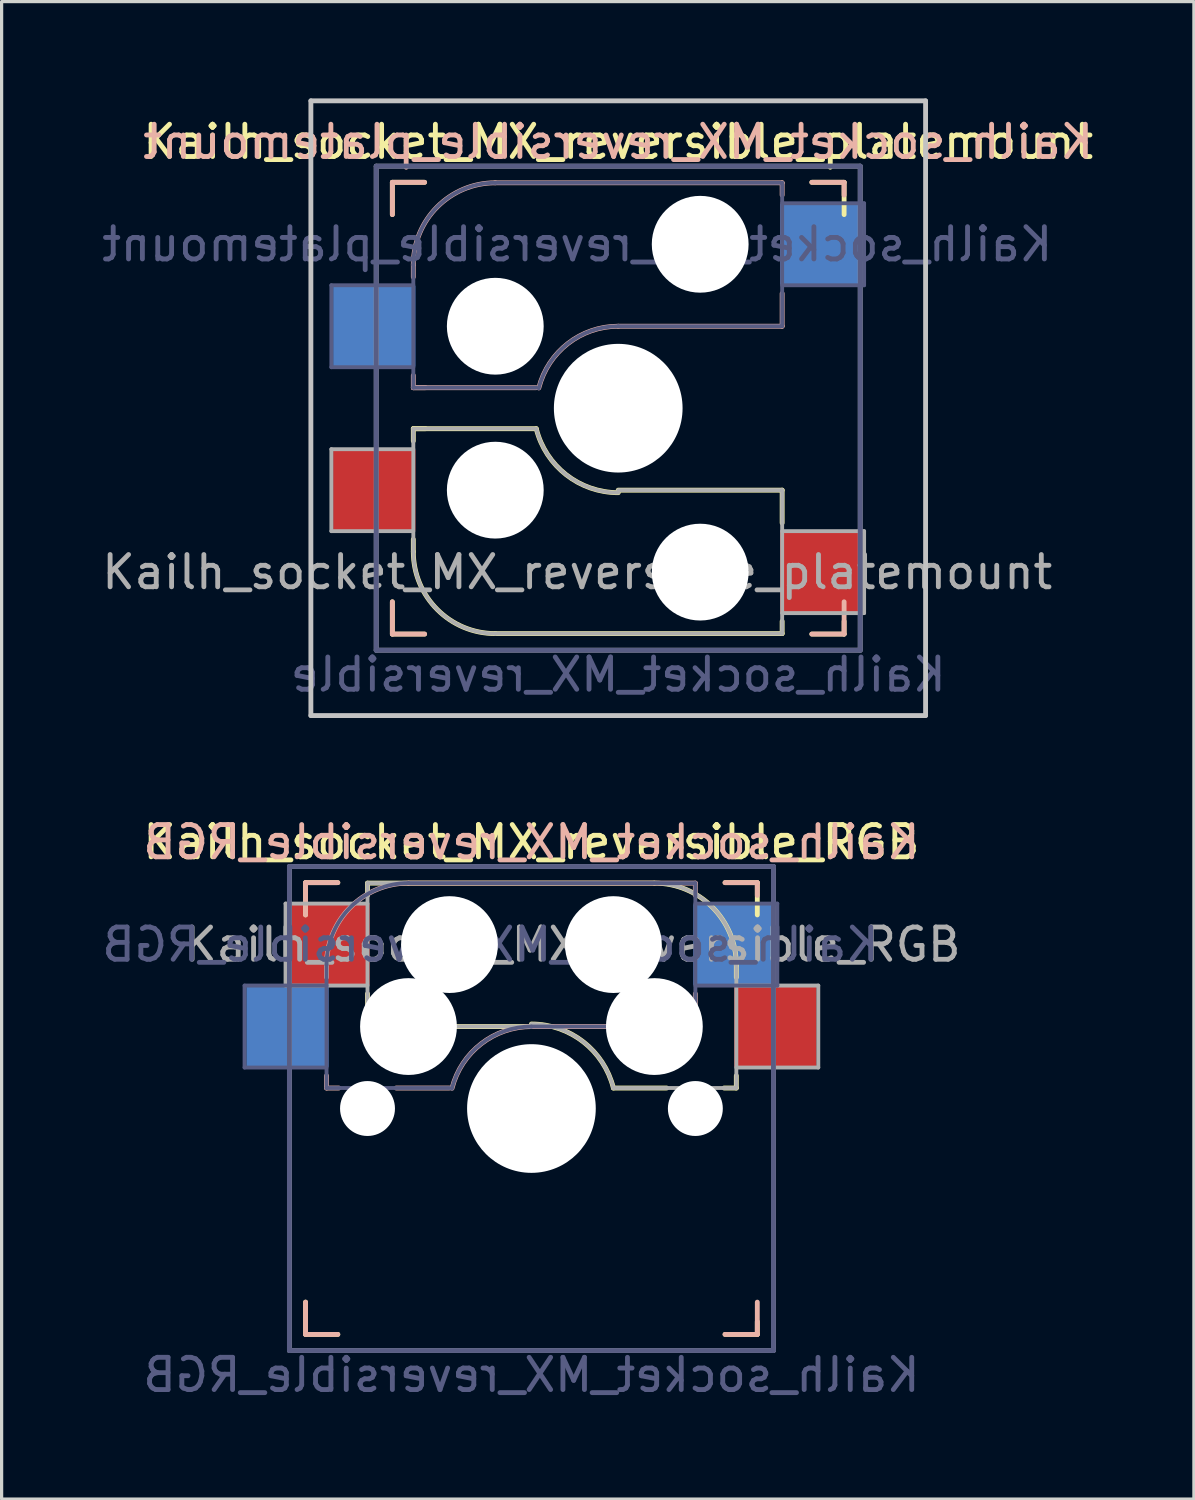
<source format=kicad_pcb>
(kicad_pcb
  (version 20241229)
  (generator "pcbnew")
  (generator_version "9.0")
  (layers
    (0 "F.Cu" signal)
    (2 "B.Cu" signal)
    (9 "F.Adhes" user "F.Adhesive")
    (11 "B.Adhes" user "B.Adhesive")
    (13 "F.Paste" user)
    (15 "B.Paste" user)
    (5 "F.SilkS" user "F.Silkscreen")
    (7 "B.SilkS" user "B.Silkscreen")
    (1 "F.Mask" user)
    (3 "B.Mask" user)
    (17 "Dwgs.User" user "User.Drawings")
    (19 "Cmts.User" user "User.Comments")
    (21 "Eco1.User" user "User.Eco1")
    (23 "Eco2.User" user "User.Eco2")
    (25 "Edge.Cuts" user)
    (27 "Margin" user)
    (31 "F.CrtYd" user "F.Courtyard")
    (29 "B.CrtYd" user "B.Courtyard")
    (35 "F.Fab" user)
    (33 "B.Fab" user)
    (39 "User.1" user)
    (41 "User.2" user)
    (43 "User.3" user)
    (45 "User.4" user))
  (footprint "Kailh_socket_MX_reversible_RGB"
    (layer "F.Cu")
    (at 13.419 31.303)
    (property "Reference" "Kailh_socket_MX_reversible_RGB" (at 0 -8.255 0) (layer "F.SilkS") (effects (font (size 1 1) (thickness 0.15))))
    (property "Value" "Kailh_socket_MX_reversible_RGB" (at 0 8.255 0) (layer "F.Fab") (hide yes) (effects (font (size 1 1) (thickness 0.15))))
    (attr smd)
    (fp_line (start -7 -7) (end -6 -7) (stroke (width 0.15) (type solid)) (layer "F.SilkS"))
    (fp_line (start -7 -6) (end -7 -7) (stroke (width 0.15) (type solid)) (layer "F.SilkS"))
    (fp_line (start -7 7) (end -7 6) (stroke (width 0.15) (type solid)) (layer "F.SilkS"))
    (fp_line (start -6 7) (end -7 7) (stroke (width 0.15) (type solid)) (layer "F.SilkS"))
    (fp_line (start -5.08 -6.985) (end 3.81 -6.985) (stroke (width 0.15) (type solid)) (layer "F.SilkS"))
    (fp_line (start -5.08 -6.604) (end -5.08 -6.985) (stroke (width 0.15) (type solid)) (layer "F.SilkS"))
    (fp_line (start -5.08 -2.54) (end -5.08 -3.556) (stroke (width 0.15) (type solid)) (layer "F.SilkS"))
    (fp_line (start 0 -2.54) (end -5.08 -2.54) (stroke (width 0.15) (type solid)) (layer "F.SilkS"))
    (fp_line (start 4.191 -0.635) (end 2.54 -0.635) (stroke (width 0.15) (type solid)) (layer "F.SilkS"))
    (fp_line (start 6 -7) (end 7 -7) (stroke (width 0.15) (type solid)) (layer "F.SilkS"))
    (fp_line (start 6.35 -4.445) (end 6.35 -4.064) (stroke (width 0.15) (type solid)) (layer "F.SilkS"))
    (fp_line (start 6.35 -1.016) (end 6.35 -0.635) (stroke (width 0.15) (type solid)) (layer "F.SilkS"))
    (fp_line (start 6.35 -0.635) (end 5.969 -0.635) (stroke (width 0.15) (type solid)) (layer "F.SilkS"))
    (fp_line (start 7 -7) (end 7 -6) (stroke (width 0.15) (type solid)) (layer "F.SilkS"))
    (fp_line (start 7 6.604) (end 7 7) (stroke (width 0.15) (type solid)) (layer "F.SilkS"))
    (fp_line (start 7 7) (end 6 7) (stroke (width 0.15) (type solid)) (layer "F.SilkS"))
    (fp_arc (start 0.000001 -2.618171) (mid 1.611255 -2.063656) (end 2.539999 -0.634999) (stroke (width 0.15) (type solid)) (layer "F.SilkS"))
    (fp_arc (start 3.81 -6.985) (mid 5.606051 -6.241051) (end 6.35 -4.445) (stroke (width 0.15) (type solid)) (layer "F.SilkS"))
    (fp_line (start -7 -7) (end -6 -7) (stroke (width 0.15) (type solid)) (layer "B.SilkS"))
    (fp_line (start -7 -6) (end -7 -7) (stroke (width 0.15) (type solid)) (layer "B.SilkS"))
    (fp_line (start -7 7) (end -7 6) (stroke (width 0.15) (type solid)) (layer "B.SilkS"))
    (fp_line (start -6.35 -4.445) (end -6.35 -4.064) (stroke (width 0.15) (type solid)) (layer "B.SilkS"))
    (fp_line (start -6.35 -1.016) (end -6.35 -0.635) (stroke (width 0.15) (type solid)) (layer "B.SilkS"))
    (fp_line (start -6.35 -0.635) (end -5.969 -0.635) (stroke (width 0.15) (type solid)) (layer "B.SilkS"))
    (fp_line (start -6 7) (end -7 7) (stroke (width 0.15) (type solid)) (layer "B.SilkS"))
    (fp_line (start -4.191 -0.635) (end -2.54 -0.635) (stroke (width 0.15) (type solid)) (layer "B.SilkS"))
    (fp_line (start 0 -2.54) (end 5.08 -2.54) (stroke (width 0.15) (type solid)) (layer "B.SilkS"))
    (fp_line (start 5.08 -6.985) (end -3.81 -6.985) (stroke (width 0.15) (type solid)) (layer "B.SilkS"))
    (fp_line (start 5.08 -6.604) (end 5.08 -6.985) (stroke (width 0.15) (type solid)) (layer "B.SilkS"))
    (fp_line (start 5.08 -2.54) (end 5.08 -3.556) (stroke (width 0.15) (type solid)) (layer "B.SilkS"))
    (fp_line (start 6 -7) (end 7 -7) (stroke (width 0.15) (type solid)) (layer "B.SilkS"))
    (fp_line (start 7 -7) (end 7 -6.604) (stroke (width 0.15) (type solid)) (layer "B.SilkS"))
    (fp_line (start 7 6) (end 7 7) (stroke (width 0.15) (type solid)) (layer "B.SilkS"))
    (fp_line (start 7 7) (end 6 7) (stroke (width 0.15) (type solid)) (layer "B.SilkS"))
    (fp_arc (start -6.35 -4.445) (mid -5.606051 -6.241051) (end -3.81 -6.985) (stroke (width 0.15) (type solid)) (layer "B.SilkS"))
    (fp_arc (start -2.461268 -0.627503) (mid -1.558484 -2.005674) (end 0 -2.54) (stroke (width 0.15) (type solid)) (layer "B.SilkS"))
    (fp_line (start -1.75 6.83) (end -1.75 3.33) (stroke (width 0.12) (type solid)) (layer "Eco1.User"))
    (fp_line (start -0.8 4.25) (end 0.8 4.25) (stroke (width 0.12) (type solid)) (layer "Eco1.User"))
    (fp_line (start -0.8 5.85) (end -0.8 4.25) (stroke (width 0.12) (type solid)) (layer "Eco1.User"))
    (fp_line (start 0.8 4.25) (end 0.8 5.85) (stroke (width 0.12) (type solid)) (layer "Eco1.User"))
    (fp_line (start 0.8 5.85) (end -0.8 5.85) (stroke (width 0.12) (type solid)) (layer "Eco1.User"))
    (fp_line (start 1.75 3.33) (end -1.75 3.33) (stroke (width 0.12) (type solid)) (layer "Eco1.User"))
    (fp_line (start 1.75 3.33) (end 1.75 6.83) (stroke (width 0.12) (type solid)) (layer "Eco1.User"))
    (fp_line (start 1.75 6.83) (end -1.75 6.83) (stroke (width 0.12) (type solid)) (layer "Eco1.User"))
    (fp_line (start -6.9 6.9) (end -6.9 -6.9) (stroke (width 0.15) (type solid)) (layer "Eco2.User"))
    (fp_line (start -6.9 6.9) (end 6.9 6.9) (stroke (width 0.15) (type solid)) (layer "Eco2.User"))
    (fp_line (start 6.9 -6.9) (end -6.9 -6.9) (stroke (width 0.15) (type solid)) (layer "Eco2.User"))
    (fp_line (start 6.9 -6.9) (end 6.9 6.9) (stroke (width 0.15) (type solid)) (layer "Eco2.User"))
    (fp_line (start -8.89 -3.81) (end -8.89 -1.27) (stroke (width 0.12) (type solid)) (layer "B.Fab"))
    (fp_line (start -8.89 -1.27) (end -6.35 -1.27) (stroke (width 0.12) (type solid)) (layer "B.Fab"))
    (fp_line (start -7.5 -7.5) (end 7.5 -7.5) (stroke (width 0.15) (type solid)) (layer "B.Fab"))
    (fp_line (start -7.5 7.5) (end -7.5 -7.5) (stroke (width 0.15) (type solid)) (layer "B.Fab"))
    (fp_line (start -6.35 -4.445) (end -6.35 -0.635) (stroke (width 0.12) (type solid)) (layer "B.Fab"))
    (fp_line (start -6.35 -3.81) (end -8.89 -3.81) (stroke (width 0.12) (type solid)) (layer "B.Fab"))
    (fp_line (start -6.35 -0.635) (end -2.54 -0.635) (stroke (width 0.12) (type solid)) (layer "B.Fab"))
    (fp_line (start 0 -2.54) (end 5.08 -2.54) (stroke (width 0.12) (type solid)) (layer "B.Fab"))
    (fp_line (start 5.08 -6.985) (end -3.81 -6.985) (stroke (width 0.12) (type solid)) (layer "B.Fab"))
    (fp_line (start 5.08 -3.81) (end 7.62 -3.81) (stroke (width 0.12) (type solid)) (layer "B.Fab"))
    (fp_line (start 5.08 -2.54) (end 5.08 -6.985) (stroke (width 0.12) (type solid)) (layer "B.Fab"))
    (fp_line (start 7.5 -7.5) (end 7.5 7.5) (stroke (width 0.15) (type solid)) (layer "B.Fab"))
    (fp_line (start 7.5 7.5) (end -7.5 7.5) (stroke (width 0.15) (type solid)) (layer "B.Fab"))
    (fp_line (start 7.62 -6.35) (end 5.08 -6.35) (stroke (width 0.12) (type solid)) (layer "B.Fab"))
    (fp_line (start 7.62 -3.81) (end 7.62 -6.35) (stroke (width 0.12) (type solid)) (layer "B.Fab"))
    (fp_arc (start -6.35 -4.445) (mid -5.606051 -6.241051) (end -3.81 -6.985) (stroke (width 0.12) (type solid)) (layer "B.Fab"))
    (fp_arc (start -2.464162 -0.61604) (mid -1.563147 -2.002042) (end 0 -2.54) (stroke (width 0.12) (type solid)) (layer "B.Fab"))
    (fp_line (start -7.62 -6.35) (end -7.62 -3.81) (stroke (width 0.12) (type solid)) (layer "F.Fab"))
    (fp_line (start -7.62 -3.81) (end -5.08 -3.81) (stroke (width 0.12) (type solid)) (layer "F.Fab"))
    (fp_line (start -7.5 -7.5) (end 7.5 -7.5) (stroke (width 0.15) (type solid)) (layer "F.Fab"))
    (fp_line (start -7.5 7.5) (end -7.5 -7.5) (stroke (width 0.15) (type solid)) (layer "F.Fab"))
    (fp_line (start -5.08 -6.985) (end -5.08 -2.54) (stroke (width 0.12) (type solid)) (layer "F.Fab"))
    (fp_line (start -5.08 -6.35) (end -7.62 -6.35) (stroke (width 0.12) (type solid)) (layer "F.Fab"))
    (fp_line (start -5.08 -2.54) (end 0 -2.54) (stroke (width 0.12) (type solid)) (layer "F.Fab"))
    (fp_line (start 2.54 -0.635) (end 6.35 -0.635) (stroke (width 0.12) (type solid)) (layer "F.Fab"))
    (fp_line (start 3.81 -6.985) (end -5.08 -6.985) (stroke (width 0.12) (type solid)) (layer "F.Fab"))
    (fp_line (start 6.35 -1.27) (end 8.89 -1.27) (stroke (width 0.12) (type solid)) (layer "F.Fab"))
    (fp_line (start 6.35 -0.635) (end 6.35 -4.445) (stroke (width 0.12) (type solid)) (layer "F.Fab"))
    (fp_line (start 7.5 -7.5) (end 7.5 7.5) (stroke (width 0.15) (type solid)) (layer "F.Fab"))
    (fp_line (start 7.5 7.5) (end -7.5 7.5) (stroke (width 0.15) (type solid)) (layer "F.Fab"))
    (fp_line (start 8.89 -3.81) (end 6.35 -3.81) (stroke (width 0.12) (type solid)) (layer "F.Fab"))
    (fp_line (start 8.89 -1.27) (end 8.89 -3.81) (stroke (width 0.12) (type solid)) (layer "F.Fab"))
    (fp_arc (start 0.000001 -2.618171) (mid 1.611255 -2.063656) (end 2.539999 -0.634999) (stroke (width 0.12) (type solid)) (layer "F.Fab"))
    (fp_arc (start 3.81 -6.985) (mid 5.606051 -6.241051) (end 6.35 -4.445) (stroke (width 0.12) (type solid)) (layer "F.Fab"))
    (fp_text user "${REFERENCE}" (at 0 -8.255 0) (layer "B.SilkS") (effects (font (size 1 1) (thickness 0.15)) (justify mirror)))
    (fp_text user "${VALUE}" (at 0 8.255 0) (layer "B.Fab") (effects (font (size 1 1) (thickness 0.15)) (justify mirror)))
    (fp_text user "${REFERENCE}" (at -1.27 -5.08 0) (layer "B.Fab") (effects (font (size 1 1) (thickness 0.15)) (justify mirror)))
    (fp_text user "${REFERENCE}" (at 1.27 -5.08 180) (layer "F.Fab") (effects (font (size 1 1) (thickness 0.15))))
    (pad "" np_thru_hole circle (at -5.08 0) (size 1.702 1.702) (drill 1.702) (layers "*.Cu" "*.Mask"))
    (pad "" np_thru_hole circle (at -3.81 -2.54) (size 3 3) (drill 3) (layers "*.Cu" "*.Mask"))
    (pad "" np_thru_hole circle (at -2.54 -5.08 180) (size 3 3) (drill 3) (layers "*.Cu" "*.Mask"))
    (pad "" np_thru_hole circle (at 0 0) (size 3.988 3.988) (drill 3.988) (layers "*.Cu" "*.Mask"))
    (pad "" np_thru_hole circle (at 2.54 -5.08) (size 3 3) (drill 3) (layers "*.Cu" "*.Mask"))
    (pad "" np_thru_hole circle (at 3.81 -2.54 180) (size 3 3) (drill 3) (layers "*.Cu" "*.Mask"))
    (pad "" np_thru_hole circle (at 5.08 0) (size 1.702 1.702) (drill 1.702) (layers "*.Cu" "*.Mask"))
    (pad "1" smd rect (at 6.29 -5.08) (size 2.55 2.5) (layers "B.Cu" "B.Mask" "B.Paste"))
    (pad "1" smd rect (at 7.56 -2.54 180) (size 2.55 2.5) (layers "F.Cu" "F.Mask" "F.Paste"))
    (pad "2" smd rect (at -7.56 -2.54) (size 2.55 2.5) (layers "B.Cu" "B.Mask" "B.Paste"))
    (pad "2" smd rect (at -6.29 -5.08 180) (size 2.55 2.5) (layers "F.Cu" "F.Mask" "F.Paste")))
  (footprint "Kailh_socket_MX_reversible_platemount"
    (layer "F.Cu")
    (at 16.109 9.6)
    (property "Reference" "Kailh_socket_MX_reversible_platemount" (at 0 -8.255 0) (layer "F.SilkS") (effects (font (size 1 1) (thickness 0.15))))
    (property "Value" "Kailh_socket_MX_reversible" (at 0 8.255 0) (layer "F.Fab") (hide yes) (effects (font (size 1 1) (thickness 0.15))))
    (attr smd)
    (fp_line (start -7 -7) (end -6 -7) (stroke (width 0.15) (type solid)) (layer "F.SilkS"))
    (fp_line (start -7 -6) (end -7 -7) (stroke (width 0.15) (type solid)) (layer "F.SilkS"))
    (fp_line (start -7 7) (end -7 6) (stroke (width 0.15) (type solid)) (layer "F.SilkS"))
    (fp_line (start -6.35 0.635) (end -5.969 0.635) (stroke (width 0.15) (type solid)) (layer "F.SilkS"))
    (fp_line (start -6.35 0.635) (end -2.54 0.635) (stroke (width 0.15) (type solid)) (layer "F.SilkS"))
    (fp_line (start -6.35 1.016) (end -6.35 0.635) (stroke (width 0.15) (type solid)) (layer "F.SilkS"))
    (fp_line (start -6.35 4.445) (end -6.35 4.064) (stroke (width 0.15) (type solid)) (layer "F.SilkS"))
    (fp_line (start -6 7) (end -7 7) (stroke (width 0.15) (type solid)) (layer "F.SilkS"))
    (fp_line (start 0 2.54) (end 5.08 2.54) (stroke (width 0.15) (type solid)) (layer "F.SilkS"))
    (fp_line (start 5.08 2.54) (end 5.08 3.556) (stroke (width 0.15) (type solid)) (layer "F.SilkS"))
    (fp_line (start 5.08 6.604) (end 5.08 6.985) (stroke (width 0.15) (type solid)) (layer "F.SilkS"))
    (fp_line (start 5.08 6.985) (end -3.81 6.985) (stroke (width 0.15) (type solid)) (layer "F.SilkS"))
    (fp_line (start 6 -7) (end 7 -7) (stroke (width 0.15) (type solid)) (layer "F.SilkS"))
    (fp_line (start 7 -7) (end 7 -6) (stroke (width 0.15) (type solid)) (layer "F.SilkS"))
    (fp_line (start 7 6.604) (end 7 7) (stroke (width 0.15) (type solid)) (layer "F.SilkS"))
    (fp_line (start 7 7) (end 6 7) (stroke (width 0.15) (type solid)) (layer "F.SilkS"))
    (fp_arc (start -3.81 6.985) (mid -5.606051 6.241051) (end -6.35 4.445) (stroke (width 0.15) (type solid)) (layer "F.SilkS"))
    (fp_arc (start -0.000001 2.618171) (mid -1.611255 2.063656) (end -2.539999 0.634999) (stroke (width 0.15) (type solid)) (layer "F.SilkS"))
    (fp_line (start -7 -7) (end -6 -7) (stroke (width 0.15) (type solid)) (layer "B.SilkS"))
    (fp_line (start -7 -6) (end -7 -7) (stroke (width 0.15) (type solid)) (layer "B.SilkS"))
    (fp_line (start -7 7) (end -7 6) (stroke (width 0.15) (type solid)) (layer "B.SilkS"))
    (fp_line (start -6.35 -4.445) (end -6.35 -4.064) (stroke (width 0.15) (type solid)) (layer "B.SilkS"))
    (fp_line (start -6.35 -1.016) (end -6.35 -0.635) (stroke (width 0.15) (type solid)) (layer "B.SilkS"))
    (fp_line (start -6.35 -0.635) (end -5.969 -0.635) (stroke (width 0.15) (type solid)) (layer "B.SilkS"))
    (fp_line (start -6.35 -0.635) (end -2.54 -0.635) (stroke (width 0.15) (type solid)) (layer "B.SilkS"))
    (fp_line (start -6 7) (end -7 7) (stroke (width 0.15) (type solid)) (layer "B.SilkS"))
    (fp_line (start 0 -2.54) (end 5.08 -2.54) (stroke (width 0.15) (type solid)) (layer "B.SilkS"))
    (fp_line (start 5.08 -6.985) (end -3.81 -6.985) (stroke (width 0.15) (type solid)) (layer "B.SilkS"))
    (fp_line (start 5.08 -6.604) (end 5.08 -6.985) (stroke (width 0.15) (type solid)) (layer "B.SilkS"))
    (fp_line (start 5.08 -2.54) (end 5.08 -3.556) (stroke (width 0.15) (type solid)) (layer "B.SilkS"))
    (fp_line (start 6 -7) (end 7 -7) (stroke (width 0.15) (type solid)) (layer "B.SilkS"))
    (fp_line (start 7 -7) (end 7 -6.604) (stroke (width 0.15) (type solid)) (layer "B.SilkS"))
    (fp_line (start 7 6) (end 7 7) (stroke (width 0.15) (type solid)) (layer "B.SilkS"))
    (fp_line (start 7 7) (end 6 7) (stroke (width 0.15) (type solid)) (layer "B.SilkS"))
    (fp_arc (start -6.35 -4.445) (mid -5.606051 -6.241051) (end -3.81 -6.985) (stroke (width 0.15) (type solid)) (layer "B.SilkS"))
    (fp_arc (start -2.461268 -0.627503) (mid -1.558484 -2.005674) (end 0 -2.54) (stroke (width 0.15) (type solid)) (layer "B.SilkS"))
    (fp_line (start -9.525 -9.525) (end 9.525 -9.525) (stroke (width 0.15) (type solid)) (layer "Dwgs.User"))
    (fp_line (start -9.525 9.525) (end -9.525 -9.525) (stroke (width 0.15) (type solid)) (layer "Dwgs.User"))
    (fp_line (start 9.525 -9.525) (end 9.525 9.525) (stroke (width 0.15) (type solid)) (layer "Dwgs.User"))
    (fp_line (start 9.525 9.525) (end -9.525 9.525) (stroke (width 0.15) (type solid)) (layer "Dwgs.User"))
    (fp_line (start -6.9 6.9) (end -6.9 -6.9) (stroke (width 0.15) (type solid)) (layer "Eco2.User"))
    (fp_line (start -6.9 6.9) (end 6.9 6.9) (stroke (width 0.15) (type solid)) (layer "Eco2.User"))
    (fp_line (start 6.9 -6.9) (end -6.9 -6.9) (stroke (width 0.15) (type solid)) (layer "Eco2.User"))
    (fp_line (start 6.9 -6.9) (end 6.9 6.9) (stroke (width 0.15) (type solid)) (layer "Eco2.User"))
    (fp_line (start -8.89 -3.81) (end -8.89 -1.27) (stroke (width 0.12) (type solid)) (layer "B.Fab"))
    (fp_line (start -8.89 -1.27) (end -6.35 -1.27) (stroke (width 0.12) (type solid)) (layer "B.Fab"))
    (fp_line (start -7.5 -7.5) (end 7.5 -7.5) (stroke (width 0.15) (type solid)) (layer "B.Fab"))
    (fp_line (start -7.5 7.5) (end -7.5 -7.5) (stroke (width 0.15) (type solid)) (layer "B.Fab"))
    (fp_line (start -6.35 -4.445) (end -6.35 -0.635) (stroke (width 0.12) (type solid)) (layer "B.Fab"))
    (fp_line (start -6.35 -3.81) (end -8.89 -3.81) (stroke (width 0.12) (type solid)) (layer "B.Fab"))
    (fp_line (start -6.35 -0.635) (end -2.54 -0.635) (stroke (width 0.12) (type solid)) (layer "B.Fab"))
    (fp_line (start 0 -2.54) (end 5.08 -2.54) (stroke (width 0.12) (type solid)) (layer "B.Fab"))
    (fp_line (start 5.08 -6.985) (end -3.81 -6.985) (stroke (width 0.12) (type solid)) (layer "B.Fab"))
    (fp_line (start 5.08 -3.81) (end 7.62 -3.81) (stroke (width 0.12) (type solid)) (layer "B.Fab"))
    (fp_line (start 5.08 -2.54) (end 5.08 -6.985) (stroke (width 0.12) (type solid)) (layer "B.Fab"))
    (fp_line (start 7.5 -7.5) (end 7.5 7.5) (stroke (width 0.15) (type solid)) (layer "B.Fab"))
    (fp_line (start 7.5 7.5) (end -7.5 7.5) (stroke (width 0.15) (type solid)) (layer "B.Fab"))
    (fp_line (start 7.62 -6.35) (end 5.08 -6.35) (stroke (width 0.12) (type solid)) (layer "B.Fab"))
    (fp_line (start 7.62 -3.81) (end 7.62 -6.35) (stroke (width 0.12) (type solid)) (layer "B.Fab"))
    (fp_arc (start -6.35 -4.445) (mid -5.606051 -6.241051) (end -3.81 -6.985) (stroke (width 0.12) (type solid)) (layer "B.Fab"))
    (fp_arc (start -2.464162 -0.61604) (mid -1.563147 -2.002042) (end 0 -2.54) (stroke (width 0.12) (type solid)) (layer "B.Fab"))
    (fp_line (start -8.89 1.27) (end -8.89 3.81) (stroke (width 0.12) (type solid)) (layer "F.Fab"))
    (fp_line (start -8.89 3.81) (end -6.35 3.81) (stroke (width 0.12) (type solid)) (layer "F.Fab"))
    (fp_line (start -7.5 -7.5) (end 7.5 -7.5) (stroke (width 0.15) (type solid)) (layer "F.Fab"))
    (fp_line (start -7.5 7.5) (end -7.5 -7.5) (stroke (width 0.15) (type solid)) (layer "F.Fab"))
    (fp_line (start -6.35 0.635) (end -6.35 4.445) (stroke (width 0.12) (type solid)) (layer "F.Fab"))
    (fp_line (start -6.35 1.27) (end -8.89 1.27) (stroke (width 0.12) (type solid)) (layer "F.Fab"))
    (fp_line (start -3.81 6.985) (end 5.08 6.985) (stroke (width 0.12) (type solid)) (layer "F.Fab"))
    (fp_line (start -2.54 0.635) (end -6.35 0.635) (stroke (width 0.12) (type solid)) (layer "F.Fab"))
    (fp_line (start 5.08 2.54) (end 0 2.54) (stroke (width 0.12) (type solid)) (layer "F.Fab"))
    (fp_line (start 5.08 6.35) (end 7.62 6.35) (stroke (width 0.12) (type solid)) (layer "F.Fab"))
    (fp_line (start 5.08 6.985) (end 5.08 2.54) (stroke (width 0.12) (type solid)) (layer "F.Fab"))
    (fp_line (start 7.5 -7.5) (end 7.5 7.5) (stroke (width 0.15) (type solid)) (layer "F.Fab"))
    (fp_line (start 7.5 7.5) (end -7.5 7.5) (stroke (width 0.15) (type solid)) (layer "F.Fab"))
    (fp_line (start 7.62 3.81) (end 5.08 3.81) (stroke (width 0.12) (type solid)) (layer "F.Fab"))
    (fp_line (start 7.62 6.35) (end 7.62 3.81) (stroke (width 0.12) (type solid)) (layer "F.Fab"))
    (fp_arc (start -3.81 6.985) (mid -5.606051 6.241051) (end -6.35 4.445) (stroke (width 0.12) (type solid)) (layer "F.Fab"))
    (fp_arc (start -0.000001 2.618171) (mid -1.611255 2.063656) (end -2.539999 0.634999) (stroke (width 0.12) (type solid)) (layer "F.Fab"))
    (fp_text user "${REFERENCE}" (at 0 -8.255 0) (layer "B.SilkS") (effects (font (size 1 1) (thickness 0.15)) (justify mirror)))
    (fp_text user "${REFERENCE}" (at -1.27 -5.08 0) (layer "B.Fab") (effects (font (size 1 1) (thickness 0.15)) (justify mirror)))
    (fp_text user "${VALUE}" (at 0 8.255 0) (layer "B.Fab") (effects (font (size 1 1) (thickness 0.15)) (justify mirror)))
    (fp_text user "${REFERENCE}" (at -1.27 5.08 0) (layer "F.Fab") (effects (font (size 1 1) (thickness 0.15))))
    (pad "" np_thru_hole circle (at -3.81 -2.54) (size 3 3) (drill 3) (layers "*.Cu" "*.Mask"))
    (pad "" np_thru_hole circle (at -3.81 2.54) (size 3 3) (drill 3) (layers "*.Cu" "*.Mask"))
    (pad "" np_thru_hole circle (at 0 0) (size 3.988 3.988) (drill 3.988) (layers "*.Cu" "*.Mask"))
    (pad "" np_thru_hole circle (at 2.54 -5.08) (size 3 3) (drill 3) (layers "*.Cu" "*.Mask"))
    (pad "" np_thru_hole circle (at 2.54 5.08) (size 3 3) (drill 3) (layers "*.Cu" "*.Mask"))
    (pad "1" smd rect (at 6.29 -5.08) (size 2.55 2.5) (layers "B.Cu" "B.Mask" "B.Paste"))
    (pad "1" smd rect (at 6.29 5.08) (size 2.55 2.5) (layers "F.Cu" "F.Mask" "F.Paste"))
    (pad "2" smd rect (at -7.56 -2.54) (size 2.55 2.5) (layers "B.Cu" "B.Mask" "B.Paste"))
    (pad "2" smd rect (at -7.56 2.54) (size 2.55 2.5) (layers "F.Cu" "F.Mask" "F.Paste")))
  (gr_rect
    (start -3 -3)
    (end 33.949 43.407)
    (stroke (width 0.1) (type default))
    (fill no)
    (layer "Edge.Cuts")))
</source>
